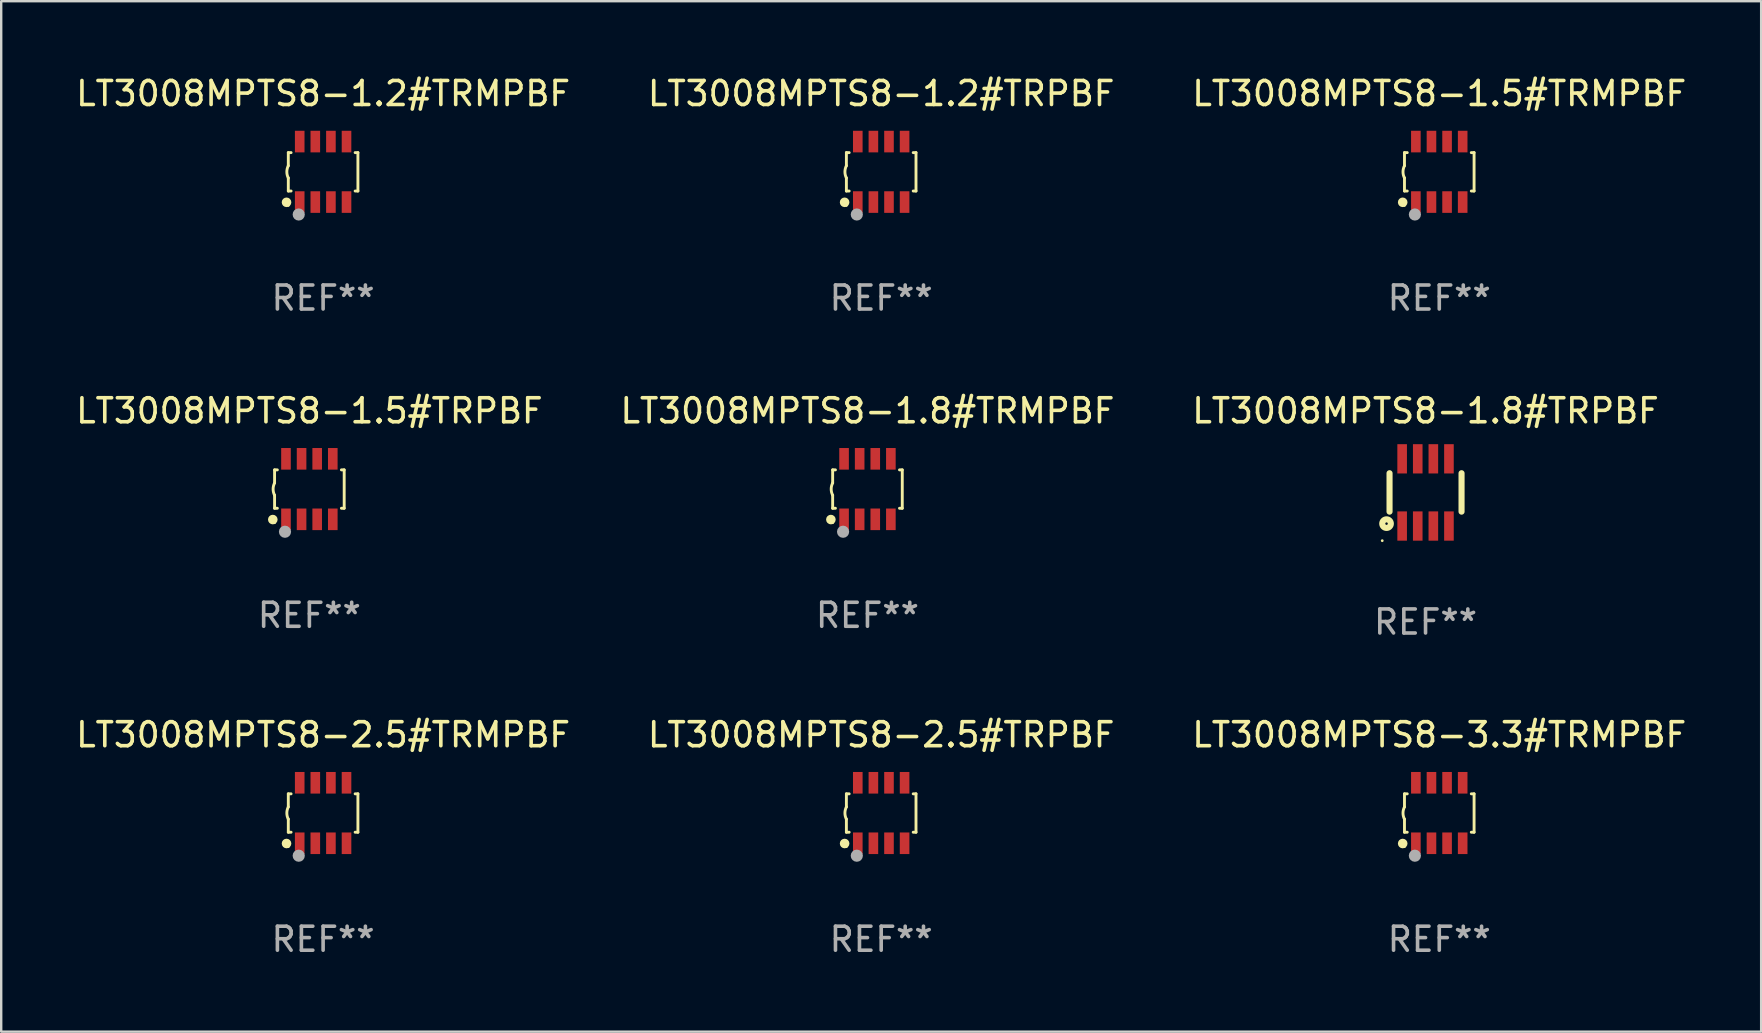
<source format=kicad_pcb>
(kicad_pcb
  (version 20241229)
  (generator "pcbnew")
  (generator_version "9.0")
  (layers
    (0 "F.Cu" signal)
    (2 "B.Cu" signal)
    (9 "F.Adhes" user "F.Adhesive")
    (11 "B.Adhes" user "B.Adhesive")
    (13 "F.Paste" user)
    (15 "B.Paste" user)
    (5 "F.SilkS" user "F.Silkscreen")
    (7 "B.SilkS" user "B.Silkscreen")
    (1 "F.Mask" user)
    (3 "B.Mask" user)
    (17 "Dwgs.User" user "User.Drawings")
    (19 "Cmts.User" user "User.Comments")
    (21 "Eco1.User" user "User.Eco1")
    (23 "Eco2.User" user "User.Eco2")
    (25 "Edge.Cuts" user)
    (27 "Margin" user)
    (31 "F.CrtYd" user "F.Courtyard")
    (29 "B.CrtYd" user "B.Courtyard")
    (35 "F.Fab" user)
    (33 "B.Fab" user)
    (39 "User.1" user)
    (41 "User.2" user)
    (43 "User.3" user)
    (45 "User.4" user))
  (footprint "LT3008MPTS8-1.2#TRPBF"
    (layer "F.Cu")
    (at 33.661 4.108)
    (property "Reference" "LT3008MPTS8-1.2#TRPBF" (at 0 -3.26 0) (layer "F.SilkS") (effects (font (size 1 1) (thickness 0.15))))
    (attr through_hole)
    (fp_line (start -1.45 -0.8) (end -1.45 -0.254) (stroke (width 0.12) (type solid)) (layer "F.SilkS"))
    (fp_line (start -1.45 -0.8) (end -1.334 -0.8) (stroke (width 0.12) (type solid)) (layer "F.SilkS"))
    (fp_line (start -1.45 0.8) (end -1.45 0.254) (stroke (width 0.12) (type solid)) (layer "F.SilkS"))
    (fp_line (start -1.45 0.8) (end -1.334 0.8) (stroke (width 0.12) (type solid)) (layer "F.SilkS"))
    (fp_line (start 1.334 -0.8) (end 1.45 -0.8) (stroke (width 0.12) (type solid)) (layer "F.SilkS"))
    (fp_line (start 1.334 0.8) (end 1.45 0.8) (stroke (width 0.12) (type solid)) (layer "F.SilkS"))
    (fp_line (start 1.45 0.8) (end 1.45 -0.8) (stroke (width 0.12) (type solid)) (layer "F.SilkS"))
    (fp_arc (start -1.45075 0.255144) (mid -1.510605 0.000434) (end -1.450013 -0.254102) (stroke (width 0.11999) (type solid)) (layer "F.SilkS"))
    (fp_circle (center -1.524 1.27) (end -1.424 1.27) (stroke (width 0.2) (type solid)) (fill no) (layer "F.SilkS"))
    (fp_circle (center -1.45 1.4) (end -1.42 1.4) (stroke (width 0.06) (type solid)) (fill no) (layer "F.SilkS"))
    (fp_circle (center -1.016 1.778) (end -0.889 1.778) (stroke (width 0.254) (type solid)) (fill no) (layer "F.Fab"))
    (fp_text user "REF**" (at 0 5.26 0) (layer "F.Fab") (effects (font (size 1 1) (thickness 0.15))))
    (pad "1" smd rect (at -0.975 1.26) (size 0.4 0.9) (layers "F.Cu" "F.Mask" "F.Paste"))
    (pad "2" smd rect (at -0.325 1.26) (size 0.4 0.9) (layers "F.Cu" "F.Mask" "F.Paste"))
    (pad "3" smd rect (at 0.325 1.26) (size 0.4 0.9) (layers "F.Cu" "F.Mask" "F.Paste"))
    (pad "4" smd rect (at 0.975 1.26) (size 0.4 0.9) (layers "F.Cu" "F.Mask" "F.Paste"))
    (pad "5" smd rect (at 0.975 -1.26) (size 0.4 0.9) (layers "F.Cu" "F.Mask" "F.Paste"))
    (pad "6" smd rect (at 0.325 -1.26) (size 0.4 0.9) (layers "F.Cu" "F.Mask" "F.Paste"))
    (pad "7" smd rect (at -0.325 -1.26) (size 0.4 0.9) (layers "F.Cu" "F.Mask" "F.Paste"))
    (pad "8" smd rect (at -0.975 -1.26) (size 0.4 0.9) (layers "F.Cu" "F.Mask" "F.Paste")))
  (footprint "LT3008MPTS8-1.2#TRMPBF"
    (layer "F.Cu")
    (at 10.411 4.108)
    (property "Reference" "LT3008MPTS8-1.2#TRMPBF" (at 0 -3.26 0) (layer "F.SilkS") (effects (font (size 1 1) (thickness 0.15))))
    (attr through_hole)
    (fp_line (start -1.45 -0.8) (end -1.45 -0.254) (stroke (width 0.12) (type solid)) (layer "F.SilkS"))
    (fp_line (start -1.45 -0.8) (end -1.334 -0.8) (stroke (width 0.12) (type solid)) (layer "F.SilkS"))
    (fp_line (start -1.45 0.8) (end -1.45 0.254) (stroke (width 0.12) (type solid)) (layer "F.SilkS"))
    (fp_line (start -1.45 0.8) (end -1.334 0.8) (stroke (width 0.12) (type solid)) (layer "F.SilkS"))
    (fp_line (start 1.334 -0.8) (end 1.45 -0.8) (stroke (width 0.12) (type solid)) (layer "F.SilkS"))
    (fp_line (start 1.334 0.8) (end 1.45 0.8) (stroke (width 0.12) (type solid)) (layer "F.SilkS"))
    (fp_line (start 1.45 0.8) (end 1.45 -0.8) (stroke (width 0.12) (type solid)) (layer "F.SilkS"))
    (fp_arc (start -1.45075 0.255144) (mid -1.510605 0.000434) (end -1.450013 -0.254102) (stroke (width 0.11999) (type solid)) (layer "F.SilkS"))
    (fp_circle (center -1.524 1.27) (end -1.424 1.27) (stroke (width 0.2) (type solid)) (fill no) (layer "F.SilkS"))
    (fp_circle (center -1.45 1.4) (end -1.42 1.4) (stroke (width 0.06) (type solid)) (fill no) (layer "F.SilkS"))
    (fp_circle (center -1.016 1.778) (end -0.889 1.778) (stroke (width 0.254) (type solid)) (fill no) (layer "F.Fab"))
    (fp_text user "REF**" (at 0 5.26 0) (layer "F.Fab") (effects (font (size 1 1) (thickness 0.15))))
    (pad "1" smd rect (at -0.975 1.26) (size 0.4 0.9) (layers "F.Cu" "F.Mask" "F.Paste"))
    (pad "2" smd rect (at -0.325 1.26) (size 0.4 0.9) (layers "F.Cu" "F.Mask" "F.Paste"))
    (pad "3" smd rect (at 0.325 1.26) (size 0.4 0.9) (layers "F.Cu" "F.Mask" "F.Paste"))
    (pad "4" smd rect (at 0.975 1.26) (size 0.4 0.9) (layers "F.Cu" "F.Mask" "F.Paste"))
    (pad "5" smd rect (at 0.975 -1.26) (size 0.4 0.9) (layers "F.Cu" "F.Mask" "F.Paste"))
    (pad "6" smd rect (at 0.325 -1.26) (size 0.4 0.9) (layers "F.Cu" "F.Mask" "F.Paste"))
    (pad "7" smd rect (at -0.325 -1.26) (size 0.4 0.9) (layers "F.Cu" "F.Mask" "F.Paste"))
    (pad "8" smd rect (at -0.975 -1.26) (size 0.4 0.9) (layers "F.Cu" "F.Mask" "F.Paste")))
  (footprint "LT3008MPTS8-2.5#TRPBF"
    (layer "F.Cu")
    (at 33.661 30.821)
    (property "Reference" "LT3008MPTS8-2.5#TRPBF" (at 0 -3.26 0) (layer "F.SilkS") (effects (font (size 1 1) (thickness 0.15))))
    (attr through_hole)
    (fp_line (start -1.45 -0.8) (end -1.45 -0.254) (stroke (width 0.12) (type solid)) (layer "F.SilkS"))
    (fp_line (start -1.45 -0.8) (end -1.334 -0.8) (stroke (width 0.12) (type solid)) (layer "F.SilkS"))
    (fp_line (start -1.45 0.8) (end -1.45 0.254) (stroke (width 0.12) (type solid)) (layer "F.SilkS"))
    (fp_line (start -1.45 0.8) (end -1.334 0.8) (stroke (width 0.12) (type solid)) (layer "F.SilkS"))
    (fp_line (start 1.334 -0.8) (end 1.45 -0.8) (stroke (width 0.12) (type solid)) (layer "F.SilkS"))
    (fp_line (start 1.334 0.8) (end 1.45 0.8) (stroke (width 0.12) (type solid)) (layer "F.SilkS"))
    (fp_line (start 1.45 0.8) (end 1.45 -0.8) (stroke (width 0.12) (type solid)) (layer "F.SilkS"))
    (fp_arc (start -1.45075 0.255144) (mid -1.510605 0.000434) (end -1.450013 -0.254102) (stroke (width 0.11999) (type solid)) (layer "F.SilkS"))
    (fp_circle (center -1.524 1.27) (end -1.424 1.27) (stroke (width 0.2) (type solid)) (fill no) (layer "F.SilkS"))
    (fp_circle (center -1.45 1.4) (end -1.42 1.4) (stroke (width 0.06) (type solid)) (fill no) (layer "F.SilkS"))
    (fp_circle (center -1.016 1.778) (end -0.889 1.778) (stroke (width 0.254) (type solid)) (fill no) (layer "F.Fab"))
    (fp_text user "REF**" (at 0 5.26 0) (layer "F.Fab") (effects (font (size 1 1) (thickness 0.15))))
    (pad "1" smd rect (at -0.975 1.26) (size 0.4 0.9) (layers "F.Cu" "F.Mask" "F.Paste"))
    (pad "2" smd rect (at -0.325 1.26) (size 0.4 0.9) (layers "F.Cu" "F.Mask" "F.Paste"))
    (pad "3" smd rect (at 0.325 1.26) (size 0.4 0.9) (layers "F.Cu" "F.Mask" "F.Paste"))
    (pad "4" smd rect (at 0.975 1.26) (size 0.4 0.9) (layers "F.Cu" "F.Mask" "F.Paste"))
    (pad "5" smd rect (at 0.975 -1.26) (size 0.4 0.9) (layers "F.Cu" "F.Mask" "F.Paste"))
    (pad "6" smd rect (at 0.325 -1.26) (size 0.4 0.9) (layers "F.Cu" "F.Mask" "F.Paste"))
    (pad "7" smd rect (at -0.325 -1.26) (size 0.4 0.9) (layers "F.Cu" "F.Mask" "F.Paste"))
    (pad "8" smd rect (at -0.975 -1.26) (size 0.4 0.9) (layers "F.Cu" "F.Mask" "F.Paste")))
  (footprint "LT3008MPTS8-1.5#TRMPBF"
    (layer "F.Cu")
    (at 56.911 4.108)
    (property "Reference" "LT3008MPTS8-1.5#TRMPBF" (at 0 -3.26 0) (layer "F.SilkS") (effects (font (size 1 1) (thickness 0.15))))
    (attr through_hole)
    (fp_line (start -1.45 -0.8) (end -1.45 -0.254) (stroke (width 0.12) (type solid)) (layer "F.SilkS"))
    (fp_line (start -1.45 -0.8) (end -1.334 -0.8) (stroke (width 0.12) (type solid)) (layer "F.SilkS"))
    (fp_line (start -1.45 0.8) (end -1.45 0.254) (stroke (width 0.12) (type solid)) (layer "F.SilkS"))
    (fp_line (start -1.45 0.8) (end -1.334 0.8) (stroke (width 0.12) (type solid)) (layer "F.SilkS"))
    (fp_line (start 1.334 -0.8) (end 1.45 -0.8) (stroke (width 0.12) (type solid)) (layer "F.SilkS"))
    (fp_line (start 1.334 0.8) (end 1.45 0.8) (stroke (width 0.12) (type solid)) (layer "F.SilkS"))
    (fp_line (start 1.45 0.8) (end 1.45 -0.8) (stroke (width 0.12) (type solid)) (layer "F.SilkS"))
    (fp_arc (start -1.45075 0.255144) (mid -1.510605 0.000434) (end -1.450013 -0.254102) (stroke (width 0.11999) (type solid)) (layer "F.SilkS"))
    (fp_circle (center -1.524 1.27) (end -1.424 1.27) (stroke (width 0.2) (type solid)) (fill no) (layer "F.SilkS"))
    (fp_circle (center -1.45 1.4) (end -1.42 1.4) (stroke (width 0.06) (type solid)) (fill no) (layer "F.SilkS"))
    (fp_circle (center -1.016 1.778) (end -0.889 1.778) (stroke (width 0.254) (type solid)) (fill no) (layer "F.Fab"))
    (fp_text user "REF**" (at 0 5.26 0) (layer "F.Fab") (effects (font (size 1 1) (thickness 0.15))))
    (pad "1" smd rect (at -0.975 1.26) (size 0.4 0.9) (layers "F.Cu" "F.Mask" "F.Paste"))
    (pad "2" smd rect (at -0.325 1.26) (size 0.4 0.9) (layers "F.Cu" "F.Mask" "F.Paste"))
    (pad "3" smd rect (at 0.325 1.26) (size 0.4 0.9) (layers "F.Cu" "F.Mask" "F.Paste"))
    (pad "4" smd rect (at 0.975 1.26) (size 0.4 0.9) (layers "F.Cu" "F.Mask" "F.Paste"))
    (pad "5" smd rect (at 0.975 -1.26) (size 0.4 0.9) (layers "F.Cu" "F.Mask" "F.Paste"))
    (pad "6" smd rect (at 0.325 -1.26) (size 0.4 0.9) (layers "F.Cu" "F.Mask" "F.Paste"))
    (pad "7" smd rect (at -0.325 -1.26) (size 0.4 0.9) (layers "F.Cu" "F.Mask" "F.Paste"))
    (pad "8" smd rect (at -0.975 -1.26) (size 0.4 0.9) (layers "F.Cu" "F.Mask" "F.Paste")))
  (footprint "LT3008MPTS8-1.5#TRPBF"
    (layer "F.Cu")
    (at 9.839 17.325)
    (property "Reference" "LT3008MPTS8-1.5#TRPBF" (at 0 -3.26 0) (layer "F.SilkS") (effects (font (size 1 1) (thickness 0.15))))
    (attr through_hole)
    (fp_line (start -1.45 -0.8) (end -1.45 -0.254) (stroke (width 0.12) (type solid)) (layer "F.SilkS"))
    (fp_line (start -1.45 -0.8) (end -1.334 -0.8) (stroke (width 0.12) (type solid)) (layer "F.SilkS"))
    (fp_line (start -1.45 0.8) (end -1.45 0.254) (stroke (width 0.12) (type solid)) (layer "F.SilkS"))
    (fp_line (start -1.45 0.8) (end -1.334 0.8) (stroke (width 0.12) (type solid)) (layer "F.SilkS"))
    (fp_line (start 1.334 -0.8) (end 1.45 -0.8) (stroke (width 0.12) (type solid)) (layer "F.SilkS"))
    (fp_line (start 1.334 0.8) (end 1.45 0.8) (stroke (width 0.12) (type solid)) (layer "F.SilkS"))
    (fp_line (start 1.45 0.8) (end 1.45 -0.8) (stroke (width 0.12) (type solid)) (layer "F.SilkS"))
    (fp_arc (start -1.45075 0.255144) (mid -1.510605 0.000434) (end -1.450013 -0.254102) (stroke (width 0.11999) (type solid)) (layer "F.SilkS"))
    (fp_circle (center -1.524 1.27) (end -1.424 1.27) (stroke (width 0.2) (type solid)) (fill no) (layer "F.SilkS"))
    (fp_circle (center -1.45 1.4) (end -1.42 1.4) (stroke (width 0.06) (type solid)) (fill no) (layer "F.SilkS"))
    (fp_circle (center -1.016 1.778) (end -0.889 1.778) (stroke (width 0.254) (type solid)) (fill no) (layer "F.Fab"))
    (fp_text user "REF**" (at 0 5.26 0) (layer "F.Fab") (effects (font (size 1 1) (thickness 0.15))))
    (pad "1" smd rect (at -0.975 1.26) (size 0.4 0.9) (layers "F.Cu" "F.Mask" "F.Paste"))
    (pad "2" smd rect (at -0.325 1.26) (size 0.4 0.9) (layers "F.Cu" "F.Mask" "F.Paste"))
    (pad "3" smd rect (at 0.325 1.26) (size 0.4 0.9) (layers "F.Cu" "F.Mask" "F.Paste"))
    (pad "4" smd rect (at 0.975 1.26) (size 0.4 0.9) (layers "F.Cu" "F.Mask" "F.Paste"))
    (pad "5" smd rect (at 0.975 -1.26) (size 0.4 0.9) (layers "F.Cu" "F.Mask" "F.Paste"))
    (pad "6" smd rect (at 0.325 -1.26) (size 0.4 0.9) (layers "F.Cu" "F.Mask" "F.Paste"))
    (pad "7" smd rect (at -0.325 -1.26) (size 0.4 0.9) (layers "F.Cu" "F.Mask" "F.Paste"))
    (pad "8" smd rect (at -0.975 -1.26) (size 0.4 0.9) (layers "F.Cu" "F.Mask" "F.Paste")))
  (footprint "LT3008MPTS8-3.3#TRMPBF"
    (layer "F.Cu")
    (at 56.911 30.821)
    (property "Reference" "LT3008MPTS8-3.3#TRMPBF" (at 0 -3.26 0) (layer "F.SilkS") (effects (font (size 1 1) (thickness 0.15))))
    (attr through_hole)
    (fp_line (start -1.45 -0.8) (end -1.45 -0.254) (stroke (width 0.12) (type solid)) (layer "F.SilkS"))
    (fp_line (start -1.45 -0.8) (end -1.334 -0.8) (stroke (width 0.12) (type solid)) (layer "F.SilkS"))
    (fp_line (start -1.45 0.8) (end -1.45 0.254) (stroke (width 0.12) (type solid)) (layer "F.SilkS"))
    (fp_line (start -1.45 0.8) (end -1.334 0.8) (stroke (width 0.12) (type solid)) (layer "F.SilkS"))
    (fp_line (start 1.334 -0.8) (end 1.45 -0.8) (stroke (width 0.12) (type solid)) (layer "F.SilkS"))
    (fp_line (start 1.334 0.8) (end 1.45 0.8) (stroke (width 0.12) (type solid)) (layer "F.SilkS"))
    (fp_line (start 1.45 0.8) (end 1.45 -0.8) (stroke (width 0.12) (type solid)) (layer "F.SilkS"))
    (fp_arc (start -1.45075 0.255144) (mid -1.510605 0.000434) (end -1.450013 -0.254102) (stroke (width 0.11999) (type solid)) (layer "F.SilkS"))
    (fp_circle (center -1.524 1.27) (end -1.424 1.27) (stroke (width 0.2) (type solid)) (fill no) (layer "F.SilkS"))
    (fp_circle (center -1.45 1.4) (end -1.42 1.4) (stroke (width 0.06) (type solid)) (fill no) (layer "F.SilkS"))
    (fp_circle (center -1.016 1.778) (end -0.889 1.778) (stroke (width 0.254) (type solid)) (fill no) (layer "F.Fab"))
    (fp_text user "REF**" (at 0 5.26 0) (layer "F.Fab") (effects (font (size 1 1) (thickness 0.15))))
    (pad "1" smd rect (at -0.975 1.26) (size 0.4 0.9) (layers "F.Cu" "F.Mask" "F.Paste"))
    (pad "2" smd rect (at -0.325 1.26) (size 0.4 0.9) (layers "F.Cu" "F.Mask" "F.Paste"))
    (pad "3" smd rect (at 0.325 1.26) (size 0.4 0.9) (layers "F.Cu" "F.Mask" "F.Paste"))
    (pad "4" smd rect (at 0.975 1.26) (size 0.4 0.9) (layers "F.Cu" "F.Mask" "F.Paste"))
    (pad "5" smd rect (at 0.975 -1.26) (size 0.4 0.9) (layers "F.Cu" "F.Mask" "F.Paste"))
    (pad "6" smd rect (at 0.325 -1.26) (size 0.4 0.9) (layers "F.Cu" "F.Mask" "F.Paste"))
    (pad "7" smd rect (at -0.325 -1.26) (size 0.4 0.9) (layers "F.Cu" "F.Mask" "F.Paste"))
    (pad "8" smd rect (at -0.975 -1.26) (size 0.4 0.9) (layers "F.Cu" "F.Mask" "F.Paste")))
  (footprint "LT3008MPTS8-1.8#TRMPBF"
    (layer "F.Cu")
    (at 33.089 17.325)
    (property "Reference" "LT3008MPTS8-1.8#TRMPBF" (at 0 -3.26 0) (layer "F.SilkS") (effects (font (size 1 1) (thickness 0.15))))
    (attr through_hole)
    (fp_line (start -1.45 -0.8) (end -1.45 -0.254) (stroke (width 0.12) (type solid)) (layer "F.SilkS"))
    (fp_line (start -1.45 -0.8) (end -1.334 -0.8) (stroke (width 0.12) (type solid)) (layer "F.SilkS"))
    (fp_line (start -1.45 0.8) (end -1.45 0.254) (stroke (width 0.12) (type solid)) (layer "F.SilkS"))
    (fp_line (start -1.45 0.8) (end -1.334 0.8) (stroke (width 0.12) (type solid)) (layer "F.SilkS"))
    (fp_line (start 1.334 -0.8) (end 1.45 -0.8) (stroke (width 0.12) (type solid)) (layer "F.SilkS"))
    (fp_line (start 1.334 0.8) (end 1.45 0.8) (stroke (width 0.12) (type solid)) (layer "F.SilkS"))
    (fp_line (start 1.45 0.8) (end 1.45 -0.8) (stroke (width 0.12) (type solid)) (layer "F.SilkS"))
    (fp_arc (start -1.45075 0.255144) (mid -1.510605 0.000434) (end -1.450013 -0.254102) (stroke (width 0.11999) (type solid)) (layer "F.SilkS"))
    (fp_circle (center -1.524 1.27) (end -1.424 1.27) (stroke (width 0.2) (type solid)) (fill no) (layer "F.SilkS"))
    (fp_circle (center -1.45 1.4) (end -1.42 1.4) (stroke (width 0.06) (type solid)) (fill no) (layer "F.SilkS"))
    (fp_circle (center -1.016 1.778) (end -0.889 1.778) (stroke (width 0.254) (type solid)) (fill no) (layer "F.Fab"))
    (fp_text user "REF**" (at 0 5.26 0) (layer "F.Fab") (effects (font (size 1 1) (thickness 0.15))))
    (pad "1" smd rect (at -0.975 1.26) (size 0.4 0.9) (layers "F.Cu" "F.Mask" "F.Paste"))
    (pad "2" smd rect (at -0.325 1.26) (size 0.4 0.9) (layers "F.Cu" "F.Mask" "F.Paste"))
    (pad "3" smd rect (at 0.325 1.26) (size 0.4 0.9) (layers "F.Cu" "F.Mask" "F.Paste"))
    (pad "4" smd rect (at 0.975 1.26) (size 0.4 0.9) (layers "F.Cu" "F.Mask" "F.Paste"))
    (pad "5" smd rect (at 0.975 -1.26) (size 0.4 0.9) (layers "F.Cu" "F.Mask" "F.Paste"))
    (pad "6" smd rect (at 0.325 -1.26) (size 0.4 0.9) (layers "F.Cu" "F.Mask" "F.Paste"))
    (pad "7" smd rect (at -0.325 -1.26) (size 0.4 0.9) (layers "F.Cu" "F.Mask" "F.Paste"))
    (pad "8" smd rect (at -0.975 -1.26) (size 0.4 0.9) (layers "F.Cu" "F.Mask" "F.Paste")))
  (footprint "LT3008MPTS8-1.8#TRPBF"
    (layer "F.Cu")
    (at 56.339 17.465)
    (property "Reference" "LT3008MPTS8-1.8#TRPBF" (at 0 -3.4 0) (layer "F.SilkS") (effects (font (size 1 1) (thickness 0.15))))
    (attr through_hole)
    (fp_line (start -1.5 0.8) (end -1.5 -0.8) (stroke (width 0.254) (type solid)) (layer "F.SilkS"))
    (fp_line (start 1.5 -0.8) (end 1.5 0.8) (stroke (width 0.254) (type solid)) (layer "F.SilkS"))
    (fp_circle (center -1.804 2.01) (end -1.774 2.01) (stroke (width 0.06) (type solid)) (fill no) (layer "F.SilkS"))
    (fp_circle (center -1.625 1.3) (end -1.573 1.3) (stroke (width 0.254) (type solid)) (fill no) (layer "F.SilkS"))
    (fp_text user "REF**" (at 0 5.4 0) (layer "F.Fab") (effects (font (size 1 1) (thickness 0.15))))
    (pad "1" smd rect (at -0.975 1.4 180) (size 0.4 1.22) (layers "F.Cu" "F.Mask" "F.Paste"))
    (pad "2" smd rect (at -0.325 1.4 180) (size 0.4 1.22) (layers "F.Cu" "F.Mask" "F.Paste"))
    (pad "3" smd rect (at 0.325 1.4 180) (size 0.4 1.22) (layers "F.Cu" "F.Mask" "F.Paste"))
    (pad "4" smd rect (at 0.975 1.4 180) (size 0.4 1.22) (layers "F.Cu" "F.Mask" "F.Paste"))
    (pad "5" smd rect (at 0.975 -1.4 180) (size 0.4 1.22) (layers "F.Cu" "F.Mask" "F.Paste"))
    (pad "6" smd rect (at 0.325 -1.4 180) (size 0.4 1.22) (layers "F.Cu" "F.Mask" "F.Paste"))
    (pad "7" smd rect (at -0.325 -1.4 180) (size 0.4 1.22) (layers "F.Cu" "F.Mask" "F.Paste"))
    (pad "8" smd rect (at -0.975 -1.4 180) (size 0.4 1.22) (layers "F.Cu" "F.Mask" "F.Paste")))
  (footprint "LT3008MPTS8-2.5#TRMPBF"
    (layer "F.Cu")
    (at 10.411 30.821)
    (property "Reference" "LT3008MPTS8-2.5#TRMPBF" (at 0 -3.26 0) (layer "F.SilkS") (effects (font (size 1 1) (thickness 0.15))))
    (attr through_hole)
    (fp_line (start -1.45 -0.8) (end -1.45 -0.254) (stroke (width 0.12) (type solid)) (layer "F.SilkS"))
    (fp_line (start -1.45 -0.8) (end -1.334 -0.8) (stroke (width 0.12) (type solid)) (layer "F.SilkS"))
    (fp_line (start -1.45 0.8) (end -1.45 0.254) (stroke (width 0.12) (type solid)) (layer "F.SilkS"))
    (fp_line (start -1.45 0.8) (end -1.334 0.8) (stroke (width 0.12) (type solid)) (layer "F.SilkS"))
    (fp_line (start 1.334 -0.8) (end 1.45 -0.8) (stroke (width 0.12) (type solid)) (layer "F.SilkS"))
    (fp_line (start 1.334 0.8) (end 1.45 0.8) (stroke (width 0.12) (type solid)) (layer "F.SilkS"))
    (fp_line (start 1.45 0.8) (end 1.45 -0.8) (stroke (width 0.12) (type solid)) (layer "F.SilkS"))
    (fp_arc (start -1.45075 0.255144) (mid -1.510605 0.000434) (end -1.450013 -0.254102) (stroke (width 0.11999) (type solid)) (layer "F.SilkS"))
    (fp_circle (center -1.524 1.27) (end -1.424 1.27) (stroke (width 0.2) (type solid)) (fill no) (layer "F.SilkS"))
    (fp_circle (center -1.45 1.4) (end -1.42 1.4) (stroke (width 0.06) (type solid)) (fill no) (layer "F.SilkS"))
    (fp_circle (center -1.016 1.778) (end -0.889 1.778) (stroke (width 0.254) (type solid)) (fill no) (layer "F.Fab"))
    (fp_text user "REF**" (at 0 5.26 0) (layer "F.Fab") (effects (font (size 1 1) (thickness 0.15))))
    (pad "1" smd rect (at -0.975 1.26) (size 0.4 0.9) (layers "F.Cu" "F.Mask" "F.Paste"))
    (pad "2" smd rect (at -0.325 1.26) (size 0.4 0.9) (layers "F.Cu" "F.Mask" "F.Paste"))
    (pad "3" smd rect (at 0.325 1.26) (size 0.4 0.9) (layers "F.Cu" "F.Mask" "F.Paste"))
    (pad "4" smd rect (at 0.975 1.26) (size 0.4 0.9) (layers "F.Cu" "F.Mask" "F.Paste"))
    (pad "5" smd rect (at 0.975 -1.26) (size 0.4 0.9) (layers "F.Cu" "F.Mask" "F.Paste"))
    (pad "6" smd rect (at 0.325 -1.26) (size 0.4 0.9) (layers "F.Cu" "F.Mask" "F.Paste"))
    (pad "7" smd rect (at -0.325 -1.26) (size 0.4 0.9) (layers "F.Cu" "F.Mask" "F.Paste"))
    (pad "8" smd rect (at -0.975 -1.26) (size 0.4 0.9) (layers "F.Cu" "F.Mask" "F.Paste")))
  (gr_rect
    (start -3 -3)
    (end 70.321 39.929)
    (stroke (width 0.1) (type default))
    (fill no)
    (layer "Edge.Cuts")))
</source>
